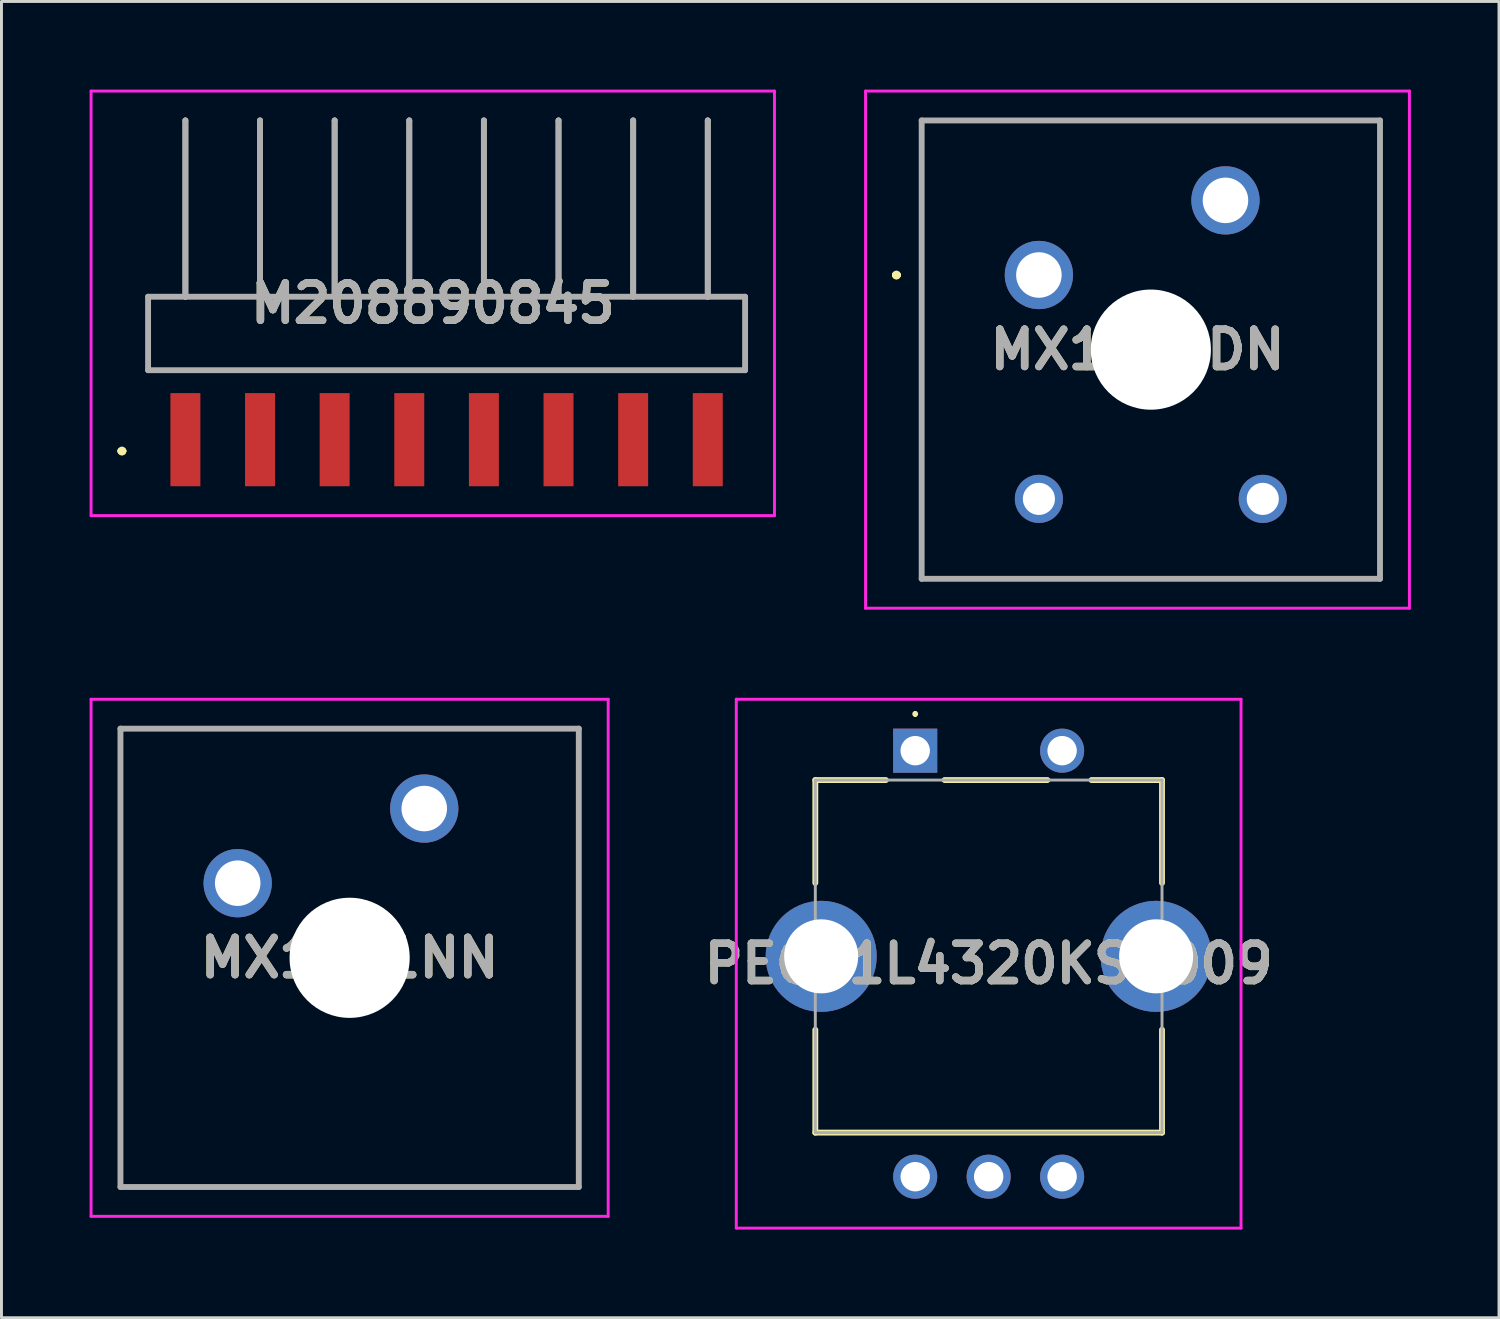
<source format=kicad_pcb>
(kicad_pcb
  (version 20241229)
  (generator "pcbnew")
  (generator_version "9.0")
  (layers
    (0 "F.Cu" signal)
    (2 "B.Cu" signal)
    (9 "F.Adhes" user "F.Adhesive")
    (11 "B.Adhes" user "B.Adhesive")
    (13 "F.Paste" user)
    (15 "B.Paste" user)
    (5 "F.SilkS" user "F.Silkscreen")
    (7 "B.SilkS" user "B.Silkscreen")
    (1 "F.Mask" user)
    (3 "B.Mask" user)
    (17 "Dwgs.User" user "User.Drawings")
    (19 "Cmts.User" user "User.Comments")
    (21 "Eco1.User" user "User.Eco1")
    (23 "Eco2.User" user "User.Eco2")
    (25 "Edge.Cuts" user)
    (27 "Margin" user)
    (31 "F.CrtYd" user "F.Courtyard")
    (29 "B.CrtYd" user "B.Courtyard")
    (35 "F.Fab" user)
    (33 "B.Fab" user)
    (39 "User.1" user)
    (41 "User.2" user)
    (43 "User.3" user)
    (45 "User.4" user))
  (footprint "MX1A11DN"
    (layer "F.Cu")
    (at 32.31 6.31)
    (property "Reference" "MX1A11DN" (at 3.355 2.54 0) (layer "F.SilkS") (effects (font (size 1.27 1.27) (thickness 0.254))))
    (attr through_hole)
    (fp_line (start -4.9 0) (end -4.9 0) (stroke (width 0.2) (type solid)) (layer "F.SilkS"))
    (fp_line (start -4.9 0) (end -4.9 0) (stroke (width 0.2) (type solid)) (layer "F.SilkS"))
    (fp_line (start -4.8 0) (end -4.8 0) (stroke (width 0.2) (type solid)) (layer "F.SilkS"))
    (fp_line (start -3.99 -5.26) (end 11.61 -5.26) (stroke (width 0.1) (type solid)) (layer "F.SilkS"))
    (fp_line (start -3.99 10.34) (end -3.99 -5.26) (stroke (width 0.1) (type solid)) (layer "F.SilkS"))
    (fp_line (start 11.61 -5.26) (end 11.61 10.34) (stroke (width 0.1) (type solid)) (layer "F.SilkS"))
    (fp_line (start 11.61 10.34) (end -3.99 10.34) (stroke (width 0.1) (type solid)) (layer "F.SilkS"))
    (fp_arc (start -4.9 0) (mid -4.85 -0.05) (end -4.8 0) (stroke (width 0.2) (type solid)) (layer "F.SilkS"))
    (fp_arc (start -4.8 0) (mid -4.85 0.05) (end -4.9 0) (stroke (width 0.2) (type solid)) (layer "F.SilkS"))
    (fp_arc (start -4.8 0) (mid -4.85 0.05) (end -4.9 0) (stroke (width 0.2) (type solid)) (layer "F.SilkS"))
    (fp_line (start -5.9 -6.26) (end 12.61 -6.26) (stroke (width 0.1) (type solid)) (layer "F.CrtYd"))
    (fp_line (start -5.9 11.34) (end -5.9 -6.26) (stroke (width 0.1) (type solid)) (layer "F.CrtYd"))
    (fp_line (start 12.61 -6.26) (end 12.61 11.34) (stroke (width 0.1) (type solid)) (layer "F.CrtYd"))
    (fp_line (start 12.61 11.34) (end -5.9 11.34) (stroke (width 0.1) (type solid)) (layer "F.CrtYd"))
    (fp_line (start -3.99 -5.26) (end -3.99 10.34) (stroke (width 0.2) (type solid)) (layer "F.Fab"))
    (fp_line (start -3.99 10.34) (end 11.61 10.34) (stroke (width 0.2) (type solid)) (layer "F.Fab"))
    (fp_line (start 11.61 -5.26) (end -3.99 -5.26) (stroke (width 0.2) (type solid)) (layer "F.Fab"))
    (fp_line (start 11.61 10.34) (end 11.61 -5.26) (stroke (width 0.2) (type solid)) (layer "F.Fab"))
    (fp_text user "${REFERENCE}" (at 3.355 2.54 0) (layer "F.Fab") (effects (font (size 1.27 1.27) (thickness 0.254))))
    (pad "" np_thru_hole circle (at 3.81 2.54) (size 4.089 4.089) (drill 4.089) (layers "*.Cu" "*.Mask"))
    (pad "1" thru_hole circle (at 0 0) (size 2.324 2.324) (drill 1.549) (layers "*.Cu" "*.Mask"))
    (pad "2" thru_hole circle (at 6.35 -2.54) (size 2.324 2.324) (drill 1.549) (layers "*.Cu" "*.Mask"))
    (pad "MH1" thru_hole circle (at 0 7.62) (size 1.638 1.638) (drill 1.092) (layers "*.Cu" "*.Mask"))
    (pad "MH2" thru_hole circle (at 7.62 7.62) (size 1.638 1.638) (drill 1.092) (layers "*.Cu" "*.Mask")))
  (footprint "M208890845"
    (layer "F.Cu")
    (at 12.15 8.3)
    (property "Reference" "M208890845" (at -0.47 -1.025 0) (layer "F.SilkS") (effects (font (size 1.27 1.27) (thickness 0.254))))
    (attr smd)
    (fp_line (start -11.1 4) (end -11.1 4) (stroke (width 0.2) (type solid)) (layer "F.SilkS"))
    (fp_line (start -11.1 4) (end -11.1 4) (stroke (width 0.2) (type solid)) (layer "F.SilkS"))
    (fp_line (start -11 4) (end -11 4) (stroke (width 0.2) (type solid)) (layer "F.SilkS"))
    (fp_line (start -10.16 -1.25) (end 10.16 -1.25) (stroke (width 0.1) (type solid)) (layer "F.SilkS"))
    (fp_line (start -10.16 1.25) (end -10.16 -1.25) (stroke (width 0.1) (type solid)) (layer "F.SilkS"))
    (fp_line (start 10.16 -1.25) (end 10.16 1.25) (stroke (width 0.1) (type solid)) (layer "F.SilkS"))
    (fp_line (start 10.16 1.25) (end -10.16 1.25) (stroke (width 0.1) (type solid)) (layer "F.SilkS"))
    (fp_arc (start -11.1 4) (mid -11.05 3.95) (end -11 4) (stroke (width 0.2) (type solid)) (layer "F.SilkS"))
    (fp_arc (start -11 4) (mid -11.05 4.05) (end -11.1 4) (stroke (width 0.2) (type solid)) (layer "F.SilkS"))
    (fp_arc (start -11 4) (mid -11.05 4.05) (end -11.1 4) (stroke (width 0.2) (type solid)) (layer "F.SilkS"))
    (fp_line (start -12.1 -8.25) (end 11.16 -8.25) (stroke (width 0.1) (type solid)) (layer "F.CrtYd"))
    (fp_line (start -12.1 6.2) (end -12.1 -8.25) (stroke (width 0.1) (type solid)) (layer "F.CrtYd"))
    (fp_line (start 11.16 -8.25) (end 11.16 6.2) (stroke (width 0.1) (type solid)) (layer "F.CrtYd"))
    (fp_line (start 11.16 6.2) (end -12.1 6.2) (stroke (width 0.1) (type solid)) (layer "F.CrtYd"))
    (fp_line (start -10.16 -1.25) (end -10.16 1.25) (stroke (width 0.2) (type solid)) (layer "F.Fab"))
    (fp_line (start -10.16 1.25) (end 10.16 1.25) (stroke (width 0.2) (type solid)) (layer "F.Fab"))
    (fp_line (start -8.89 -7.25) (end -8.89 -7.25) (stroke (width 0.2) (type solid)) (layer "F.Fab"))
    (fp_line (start -8.89 -7.25) (end -8.89 -1.25) (stroke (width 0.2) (type solid)) (layer "F.Fab"))
    (fp_line (start -8.89 -1.25) (end -8.89 -7.25) (stroke (width 0.2) (type solid)) (layer "F.Fab"))
    (fp_line (start -8.89 -1.25) (end -8.89 -1.25) (stroke (width 0.2) (type solid)) (layer "F.Fab"))
    (fp_line (start -6.35 -7.25) (end -6.35 -7.25) (stroke (width 0.2) (type solid)) (layer "F.Fab"))
    (fp_line (start -6.35 -7.25) (end -6.35 -1.25) (stroke (width 0.2) (type solid)) (layer "F.Fab"))
    (fp_line (start -6.35 -1.25) (end -6.35 -7.25) (stroke (width 0.2) (type solid)) (layer "F.Fab"))
    (fp_line (start -6.35 -1.25) (end -6.35 -1.25) (stroke (width 0.2) (type solid)) (layer "F.Fab"))
    (fp_line (start -3.81 -7.25) (end -3.81 -7.25) (stroke (width 0.2) (type solid)) (layer "F.Fab"))
    (fp_line (start -3.81 -7.25) (end -3.81 -1.25) (stroke (width 0.2) (type solid)) (layer "F.Fab"))
    (fp_line (start -3.81 -1.25) (end -3.81 -7.25) (stroke (width 0.2) (type solid)) (layer "F.Fab"))
    (fp_line (start -3.81 -1.25) (end -3.81 -1.25) (stroke (width 0.2) (type solid)) (layer "F.Fab"))
    (fp_line (start -1.27 -7.25) (end -1.27 -7.25) (stroke (width 0.2) (type solid)) (layer "F.Fab"))
    (fp_line (start -1.27 -7.25) (end -1.27 -1.25) (stroke (width 0.2) (type solid)) (layer "F.Fab"))
    (fp_line (start -1.27 -1.25) (end -1.27 -7.25) (stroke (width 0.2) (type solid)) (layer "F.Fab"))
    (fp_line (start -1.27 -1.25) (end -1.27 -1.25) (stroke (width 0.2) (type solid)) (layer "F.Fab"))
    (fp_line (start 1.27 -7.25) (end 1.27 -7.25) (stroke (width 0.2) (type solid)) (layer "F.Fab"))
    (fp_line (start 1.27 -7.25) (end 1.27 -1.25) (stroke (width 0.2) (type solid)) (layer "F.Fab"))
    (fp_line (start 1.27 -1.25) (end 1.27 -7.25) (stroke (width 0.2) (type solid)) (layer "F.Fab"))
    (fp_line (start 1.27 -1.25) (end 1.27 -1.25) (stroke (width 0.2) (type solid)) (layer "F.Fab"))
    (fp_line (start 3.81 -7.25) (end 3.81 -7.25) (stroke (width 0.2) (type solid)) (layer "F.Fab"))
    (fp_line (start 3.81 -7.25) (end 3.81 -1.25) (stroke (width 0.2) (type solid)) (layer "F.Fab"))
    (fp_line (start 3.81 -1.25) (end 3.81 -7.25) (stroke (width 0.2) (type solid)) (layer "F.Fab"))
    (fp_line (start 3.81 -1.25) (end 3.81 -1.25) (stroke (width 0.2) (type solid)) (layer "F.Fab"))
    (fp_line (start 6.35 -7.25) (end 6.35 -7.25) (stroke (width 0.2) (type solid)) (layer "F.Fab"))
    (fp_line (start 6.35 -7.25) (end 6.35 -1.25) (stroke (width 0.2) (type solid)) (layer "F.Fab"))
    (fp_line (start 6.35 -1.25) (end 6.35 -7.25) (stroke (width 0.2) (type solid)) (layer "F.Fab"))
    (fp_line (start 6.35 -1.25) (end 6.35 -1.25) (stroke (width 0.2) (type solid)) (layer "F.Fab"))
    (fp_line (start 8.89 -7.25) (end 8.89 -7.25) (stroke (width 0.2) (type solid)) (layer "F.Fab"))
    (fp_line (start 8.89 -7.25) (end 8.89 -1.25) (stroke (width 0.2) (type solid)) (layer "F.Fab"))
    (fp_line (start 8.89 -1.25) (end 8.89 -7.25) (stroke (width 0.2) (type solid)) (layer "F.Fab"))
    (fp_line (start 8.89 -1.25) (end 8.89 -1.25) (stroke (width 0.2) (type solid)) (layer "F.Fab"))
    (fp_line (start 10.16 -1.25) (end -10.16 -1.25) (stroke (width 0.2) (type solid)) (layer "F.Fab"))
    (fp_line (start 10.16 1.25) (end 10.16 -1.25) (stroke (width 0.2) (type solid)) (layer "F.Fab"))
    (fp_text user "${REFERENCE}" (at -0.47 -1.025 0) (layer "F.Fab") (effects (font (size 1.27 1.27) (thickness 0.254))))
    (pad "1" smd rect (at -8.89 3.615) (size 1.02 3.17) (layers "F.Cu" "F.Mask" "F.Paste"))
    (pad "2" smd rect (at -6.35 3.615) (size 1.02 3.17) (layers "F.Cu" "F.Mask" "F.Paste"))
    (pad "3" smd rect (at -3.81 3.615) (size 1.02 3.17) (layers "F.Cu" "F.Mask" "F.Paste"))
    (pad "4" smd rect (at -1.27 3.615) (size 1.02 3.17) (layers "F.Cu" "F.Mask" "F.Paste"))
    (pad "5" smd rect (at 1.27 3.615) (size 1.02 3.17) (layers "F.Cu" "F.Mask" "F.Paste"))
    (pad "6" smd rect (at 3.81 3.615) (size 1.02 3.17) (layers "F.Cu" "F.Mask" "F.Paste"))
    (pad "7" smd rect (at 6.35 3.615) (size 1.02 3.17) (layers "F.Cu" "F.Mask" "F.Paste"))
    (pad "8" smd rect (at 8.89 3.615) (size 1.02 3.17) (layers "F.Cu" "F.Mask" "F.Paste")))
  (footprint "PEC11L4320KS0009"
    (layer "F.Cu")
    (at 28.1 22.5)
    (property "Reference" "PEC11L4320KS0009" (at 2.5 7.25 0) (layer "F.SilkS") (effects (font (size 1.27 1.27) (thickness 0.254))))
    (attr through_hole)
    (fp_line (start -3.4 1) (end -1 1) (stroke (width 0.2) (type solid)) (layer "F.SilkS"))
    (fp_line (start -3.4 4.5) (end -3.4 1) (stroke (width 0.2) (type solid)) (layer "F.SilkS"))
    (fp_line (start -3.4 9.5) (end -3.4 13) (stroke (width 0.2) (type solid)) (layer "F.SilkS"))
    (fp_line (start -3.4 13) (end 8.4 13) (stroke (width 0.2) (type solid)) (layer "F.SilkS"))
    (fp_line (start 0 -1.3) (end 0 -1.3) (stroke (width 0.1) (type solid)) (layer "F.SilkS"))
    (fp_line (start 0 -1.2) (end 0 -1.2) (stroke (width 0.1) (type solid)) (layer "F.SilkS"))
    (fp_line (start 1 1) (end 4.5 1) (stroke (width 0.2) (type solid)) (layer "F.SilkS"))
    (fp_line (start 6 1) (end 8.4 1) (stroke (width 0.2) (type solid)) (layer "F.SilkS"))
    (fp_line (start 8.4 1) (end 8.4 4.5) (stroke (width 0.2) (type solid)) (layer "F.SilkS"))
    (fp_line (start 8.4 13) (end 8.4 9.5) (stroke (width 0.2) (type solid)) (layer "F.SilkS"))
    (fp_arc (start 0 -1.3) (mid 0.05 -1.25) (end 0 -1.2) (stroke (width 0.1) (type solid)) (layer "F.SilkS"))
    (fp_arc (start 0 -1.2) (mid -0.05 -1.25) (end 0 -1.3) (stroke (width 0.1) (type solid)) (layer "F.SilkS"))
    (fp_line (start -6.09 -1.75) (end 11.09 -1.75) (stroke (width 0.1) (type solid)) (layer "F.CrtYd"))
    (fp_line (start -6.09 16.25) (end -6.09 -1.75) (stroke (width 0.1) (type solid)) (layer "F.CrtYd"))
    (fp_line (start 11.09 -1.75) (end 11.09 16.25) (stroke (width 0.1) (type solid)) (layer "F.CrtYd"))
    (fp_line (start 11.09 16.25) (end -6.09 16.25) (stroke (width 0.1) (type solid)) (layer "F.CrtYd"))
    (fp_line (start -3.4 1) (end 8.4 1) (stroke (width 0.1) (type solid)) (layer "F.Fab"))
    (fp_line (start -3.4 13) (end -3.4 1) (stroke (width 0.1) (type solid)) (layer "F.Fab"))
    (fp_line (start 8.4 1) (end 8.4 13) (stroke (width 0.1) (type solid)) (layer "F.Fab"))
    (fp_line (start 8.4 13) (end -3.4 13) (stroke (width 0.1) (type solid)) (layer "F.Fab"))
    (fp_text user "${REFERENCE}" (at 2.5 7.25 0) (layer "F.Fab") (effects (font (size 1.27 1.27) (thickness 0.254))))
    (pad "1" thru_hole rect (at 0 0) (size 1.5 1.5) (drill 1) (layers "*.Cu" "*.Mask"))
    (pad "2" thru_hole circle (at 5 0) (size 1.5 1.5) (drill 1) (layers "*.Cu" "*.Mask"))
    (pad "A1" thru_hole circle (at 0 14.5) (size 1.5 1.5) (drill 1) (layers "*.Cu" "*.Mask"))
    (pad "B1" thru_hole circle (at 5 14.5) (size 1.5 1.5) (drill 1) (layers "*.Cu" "*.Mask"))
    (pad "C1" thru_hole circle (at 2.5 14.5) (size 1.5 1.5) (drill 1) (layers "*.Cu" "*.Mask"))
    (pad "MH1" thru_hole circle (at -3.2 7) (size 3.78 3.78) (drill 2.52) (layers "*.Cu" "*.Mask"))
    (pad "MH2" thru_hole circle (at 8.2 7) (size 3.78 3.78) (drill 2.52) (layers "*.Cu" "*.Mask")))
  (footprint "MX1AC1NN"
    (layer "F.Cu")
    (at 5.04 27.01)
    (property "Reference" "MX1AC1NN" (at 3.81 2.54 0) (layer "F.SilkS") (effects (font (size 1.27 1.27) (thickness 0.254))))
    (attr through_hole)
    (fp_line (start -3.99 -5.26) (end 11.61 -5.26) (stroke (width 0.1) (type solid)) (layer "F.SilkS"))
    (fp_line (start -3.99 10.34) (end -3.99 -5.26) (stroke (width 0.1) (type solid)) (layer "F.SilkS"))
    (fp_line (start 11.61 -5.26) (end 11.61 10.34) (stroke (width 0.1) (type solid)) (layer "F.SilkS"))
    (fp_line (start 11.61 10.34) (end -3.99 10.34) (stroke (width 0.1) (type solid)) (layer "F.SilkS"))
    (fp_line (start -4.99 -6.26) (end 12.61 -6.26) (stroke (width 0.1) (type solid)) (layer "F.CrtYd"))
    (fp_line (start -4.99 11.34) (end -4.99 -6.26) (stroke (width 0.1) (type solid)) (layer "F.CrtYd"))
    (fp_line (start 12.61 -6.26) (end 12.61 11.34) (stroke (width 0.1) (type solid)) (layer "F.CrtYd"))
    (fp_line (start 12.61 11.34) (end -4.99 11.34) (stroke (width 0.1) (type solid)) (layer "F.CrtYd"))
    (fp_line (start -3.99 -5.26) (end 11.61 -5.26) (stroke (width 0.2) (type solid)) (layer "F.Fab"))
    (fp_line (start -3.99 10.34) (end -3.99 -5.26) (stroke (width 0.2) (type solid)) (layer "F.Fab"))
    (fp_line (start 11.61 -5.26) (end 11.61 10.34) (stroke (width 0.2) (type solid)) (layer "F.Fab"))
    (fp_line (start 11.61 10.34) (end -3.99 10.34) (stroke (width 0.2) (type solid)) (layer "F.Fab"))
    (fp_text user "${REFERENCE}" (at 3.81 2.54 0) (layer "F.Fab") (effects (font (size 1.27 1.27) (thickness 0.254))))
    (pad "" np_thru_hole circle (at 3.81 2.54) (size 4.089 4.089) (drill 4.089) (layers "*.Cu" "*.Mask"))
    (pad "1" thru_hole circle (at 0 0) (size 2.324 2.324) (drill 1.549) (layers "*.Cu" "*.Mask"))
    (pad "2" thru_hole circle (at 6.35 -2.54) (size 2.324 2.324) (drill 1.549) (layers "*.Cu" "*.Mask")))
  (gr_rect
    (start -3 -3)
    (end 47.97 41.8)
    (stroke (width 0.1) (type default))
    (fill no)
    (layer "Edge.Cuts")))
</source>
